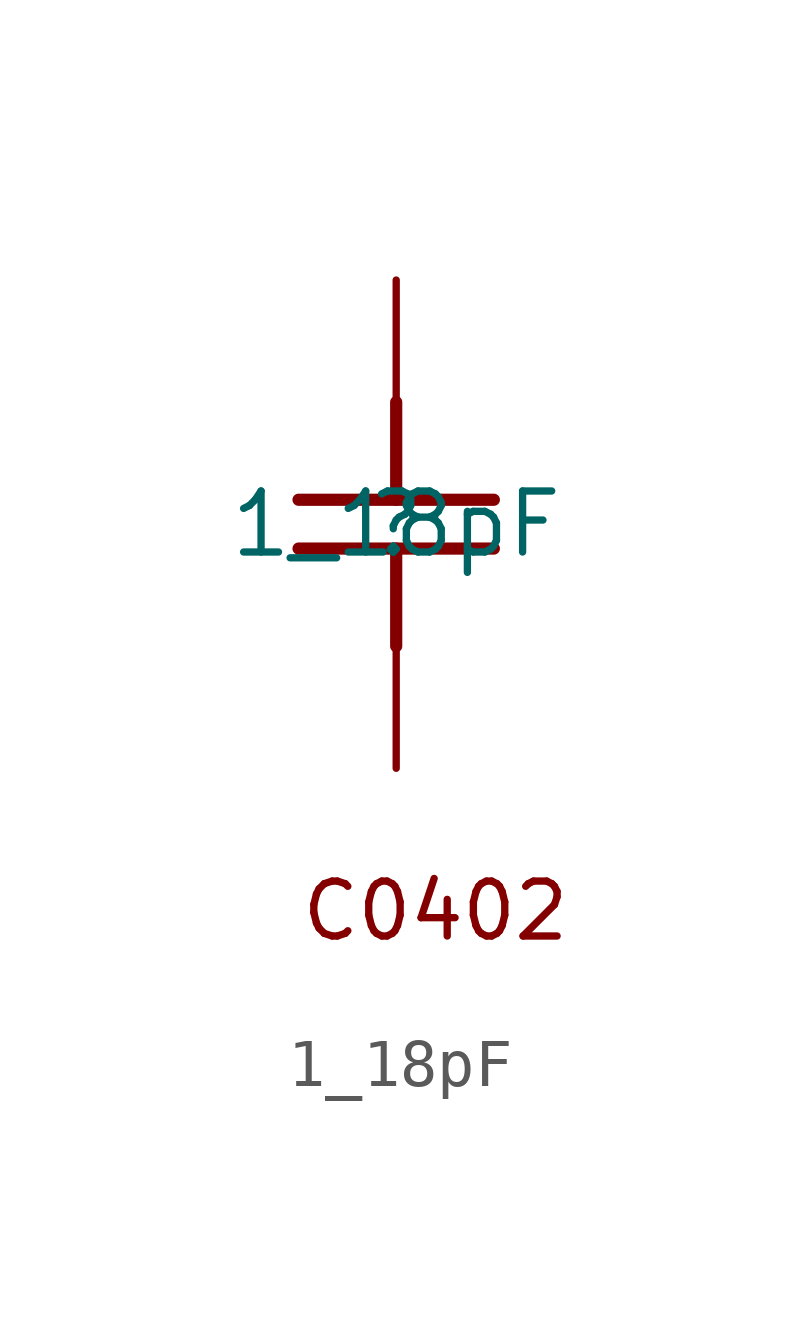
<source format=kicad_sym>
(kicad_symbol_lib
  (version 20211014)
  (generator kicad_symbol_editor)
  (symbol "1_18pF"
    (property "Reference" ""
      (at 0 0 0)
      (effects (font (size 1.27 1.27))))
    (property "Value" "1_18pF"
      (at 0 0 0)
      (effects (font (size 1.27 1.27))))
    (symbol "1_18pF_1_0"
      (polyline (pts (xy -2.032 0.508) (xy 2.032 0.508)) (stroke (width 0.254) (type default) (color 0 0 0 0)) (fill (type none)))
      (polyline (pts (xy 0 -0.508) (xy 0 -2.54)) (stroke (width 0.254) (type default) (color 0 0 0 0)) (fill (type none)))
      (polyline (pts (xy 0 2.54) (xy 0 0.508)) (stroke (width 0.254) (type default) (color 0 0 0 0)) (fill (type none)))
      (polyline (pts (xy 2.032 -0.508) (xy -2.032 -0.508)) (stroke (width 0.254) (type default) (color 0 0 0 0)) (fill (type none)))
      (text "C0402" (at -2.032 -8.718 0) (effects (font (size 1.143 1.143)) (justify left bottom)))
      (pin passive line (at 0 -5.08 90) (length 2.54) (name "1" (effects (font (size 0 0)))) (number "1" (effects (font (size 0 0)))))
      (pin passive line (at 0 5.08 270) (length 2.54) (name "2" (effects (font (size 0 0)))) (number "2" (effects (font (size 0 0))))))))
</source>
